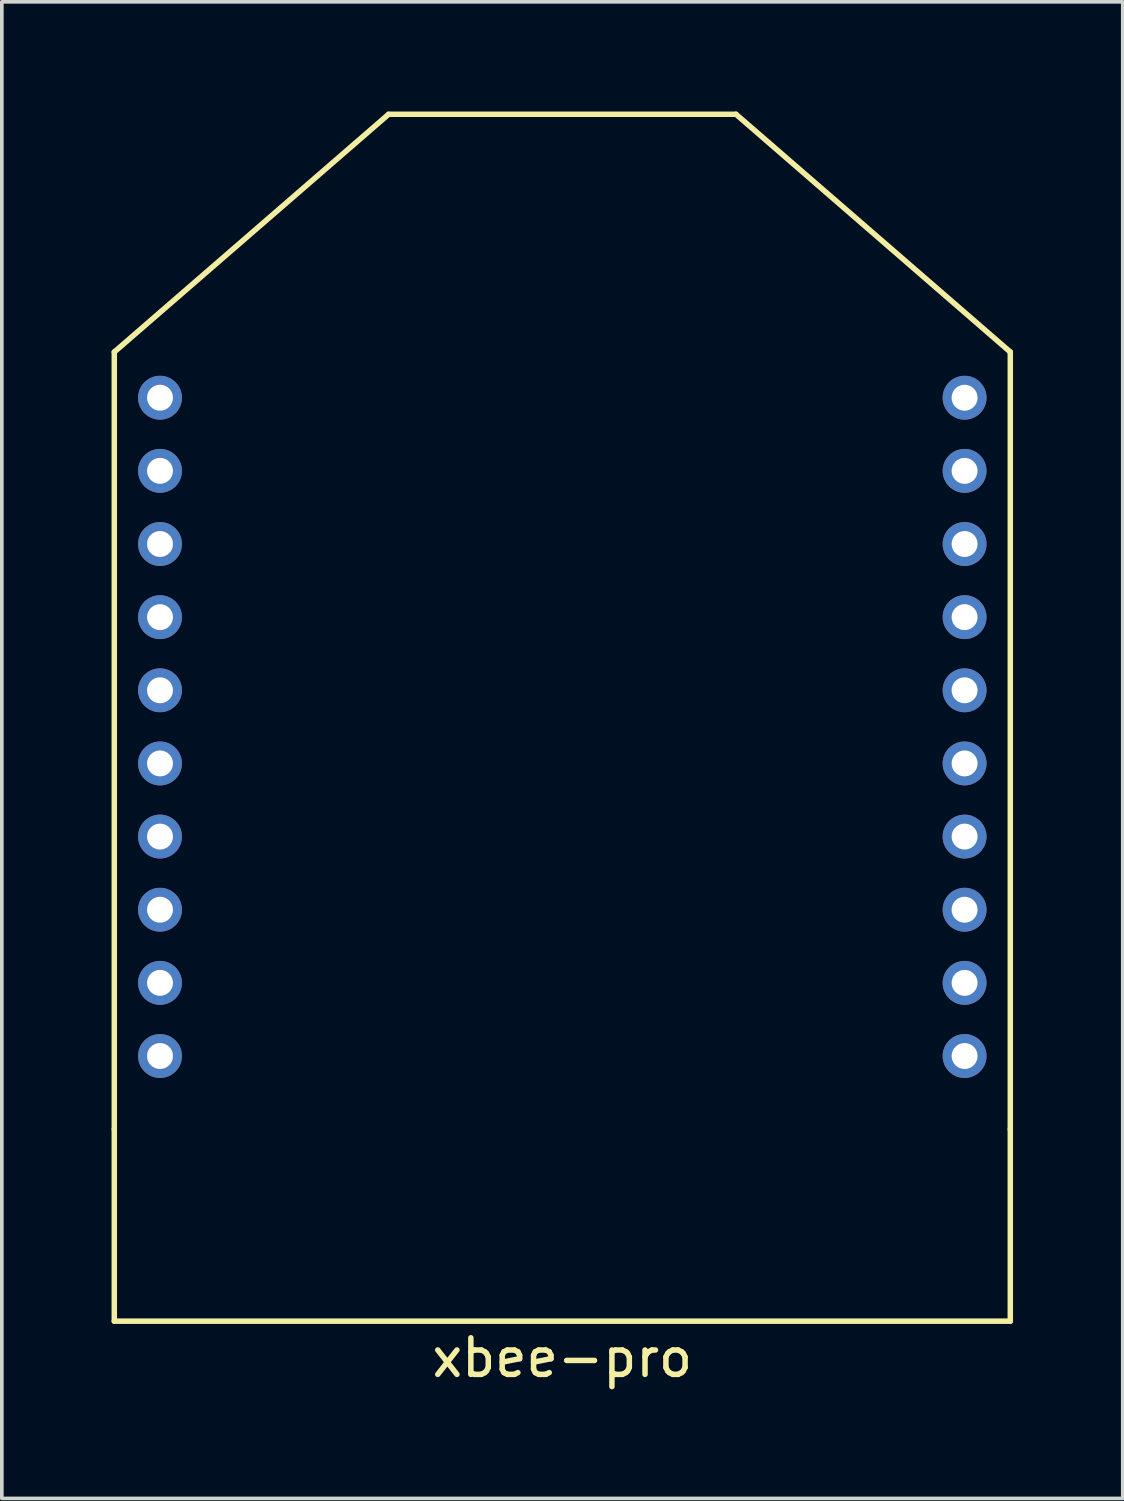
<source format=kicad_pcb>
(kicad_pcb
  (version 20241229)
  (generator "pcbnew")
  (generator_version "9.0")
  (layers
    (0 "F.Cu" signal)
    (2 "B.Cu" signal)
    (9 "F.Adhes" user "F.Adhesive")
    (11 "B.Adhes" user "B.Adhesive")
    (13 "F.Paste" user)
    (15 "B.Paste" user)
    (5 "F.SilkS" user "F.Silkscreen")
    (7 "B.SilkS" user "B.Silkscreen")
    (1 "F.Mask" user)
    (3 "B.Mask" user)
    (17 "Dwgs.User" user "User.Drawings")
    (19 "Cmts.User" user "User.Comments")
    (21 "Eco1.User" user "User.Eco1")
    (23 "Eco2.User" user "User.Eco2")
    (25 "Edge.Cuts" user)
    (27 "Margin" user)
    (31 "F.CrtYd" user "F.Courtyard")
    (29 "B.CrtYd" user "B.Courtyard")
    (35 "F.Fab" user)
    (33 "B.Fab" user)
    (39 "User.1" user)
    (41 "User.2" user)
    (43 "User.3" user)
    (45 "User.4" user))
  (footprint "xbee-pro"
    (layer "F.Cu")
    (at 12.325 7.825)
    (property "Reference" "xbee-pro" (at 0 26.25 0) (layer "F.SilkS") (effects (font (size 1 1) (thickness 0.15))))
    (attr through_hole)
    (fp_line (start -12.25 -1.25) (end -4.75 -7.75) (stroke (width 0.15) (type solid)) (layer "F.SilkS"))
    (fp_line (start -12.25 20) (end -12.25 -1.25) (stroke (width 0.15) (type solid)) (layer "F.SilkS"))
    (fp_line (start -12.25 20) (end -12.25 25.25) (stroke (width 0.15) (type solid)) (layer "F.SilkS"))
    (fp_line (start -12.25 25.25) (end 12.25 25.25) (stroke (width 0.15) (type solid)) (layer "F.SilkS"))
    (fp_line (start -4.75 -7.75) (end 4.75 -7.75) (stroke (width 0.15) (type solid)) (layer "F.SilkS"))
    (fp_line (start 12.25 -1.25) (end 4.75 -7.75) (stroke (width 0.15) (type solid)) (layer "F.SilkS"))
    (fp_line (start 12.25 20) (end 12.25 -1.25) (stroke (width 0.15) (type solid)) (layer "F.SilkS"))
    (fp_line (start 12.25 25.25) (end 12.25 20) (stroke (width 0.15) (type solid)) (layer "F.SilkS"))
    (pad "1" thru_hole circle (at -11 0) (size 1.2 1.2) (drill 0.71) (layers "*.Cu" "*.Mask"))
    (pad "2" thru_hole circle (at -11 2) (size 1.2 1.2) (drill 0.71) (layers "*.Cu" "*.Mask"))
    (pad "3" thru_hole circle (at -11 4) (size 1.2 1.2) (drill 0.71) (layers "*.Cu" "*.Mask"))
    (pad "4" thru_hole circle (at -11 6) (size 1.2 1.2) (drill 0.71) (layers "*.Cu" "*.Mask"))
    (pad "5" thru_hole circle (at -11 8) (size 1.2 1.2) (drill 0.71) (layers "*.Cu" "*.Mask"))
    (pad "6" thru_hole circle (at -11 10) (size 1.2 1.2) (drill 0.71) (layers "*.Cu" "*.Mask"))
    (pad "7" thru_hole circle (at -11 12) (size 1.2 1.2) (drill 0.71) (layers "*.Cu" "*.Mask"))
    (pad "8" thru_hole circle (at -11 14) (size 1.2 1.2) (drill 0.71) (layers "*.Cu" "*.Mask"))
    (pad "9" thru_hole circle (at -11 16) (size 1.2 1.2) (drill 0.71) (layers "*.Cu" "*.Mask"))
    (pad "10" thru_hole circle (at -11 18) (size 1.2 1.2) (drill 0.71) (layers "*.Cu" "*.Mask"))
    (pad "11" thru_hole circle (at 11 18) (size 1.2 1.2) (drill 0.71) (layers "*.Cu" "*.Mask"))
    (pad "12" thru_hole circle (at 11 16) (size 1.2 1.2) (drill 0.71) (layers "*.Cu" "*.Mask"))
    (pad "13" thru_hole circle (at 11 14) (size 1.2 1.2) (drill 0.71) (layers "*.Cu" "*.Mask"))
    (pad "14" thru_hole circle (at 11 12) (size 1.2 1.2) (drill 0.71) (layers "*.Cu" "*.Mask"))
    (pad "15" thru_hole circle (at 11 10) (size 1.2 1.2) (drill 0.71) (layers "*.Cu" "*.Mask"))
    (pad "16" thru_hole circle (at 11 8) (size 1.2 1.2) (drill 0.71) (layers "*.Cu" "*.Mask"))
    (pad "17" thru_hole circle (at 11 6) (size 1.2 1.2) (drill 0.71) (layers "*.Cu" "*.Mask"))
    (pad "18" thru_hole circle (at 11 4) (size 1.2 1.2) (drill 0.71) (layers "*.Cu" "*.Mask"))
    (pad "19" thru_hole circle (at 11 2) (size 1.2 1.2) (drill 0.71) (layers "*.Cu" "*.Mask"))
    (pad "20" thru_hole circle (at 11 0) (size 1.2 1.2) (drill 0.71) (layers "*.Cu" "*.Mask")))
  (gr_rect
    (start -3 -3)
    (end 27.65 37.923)
    (stroke (width 0.1) (type default))
    (fill no)
    (layer "Edge.Cuts")))
</source>
